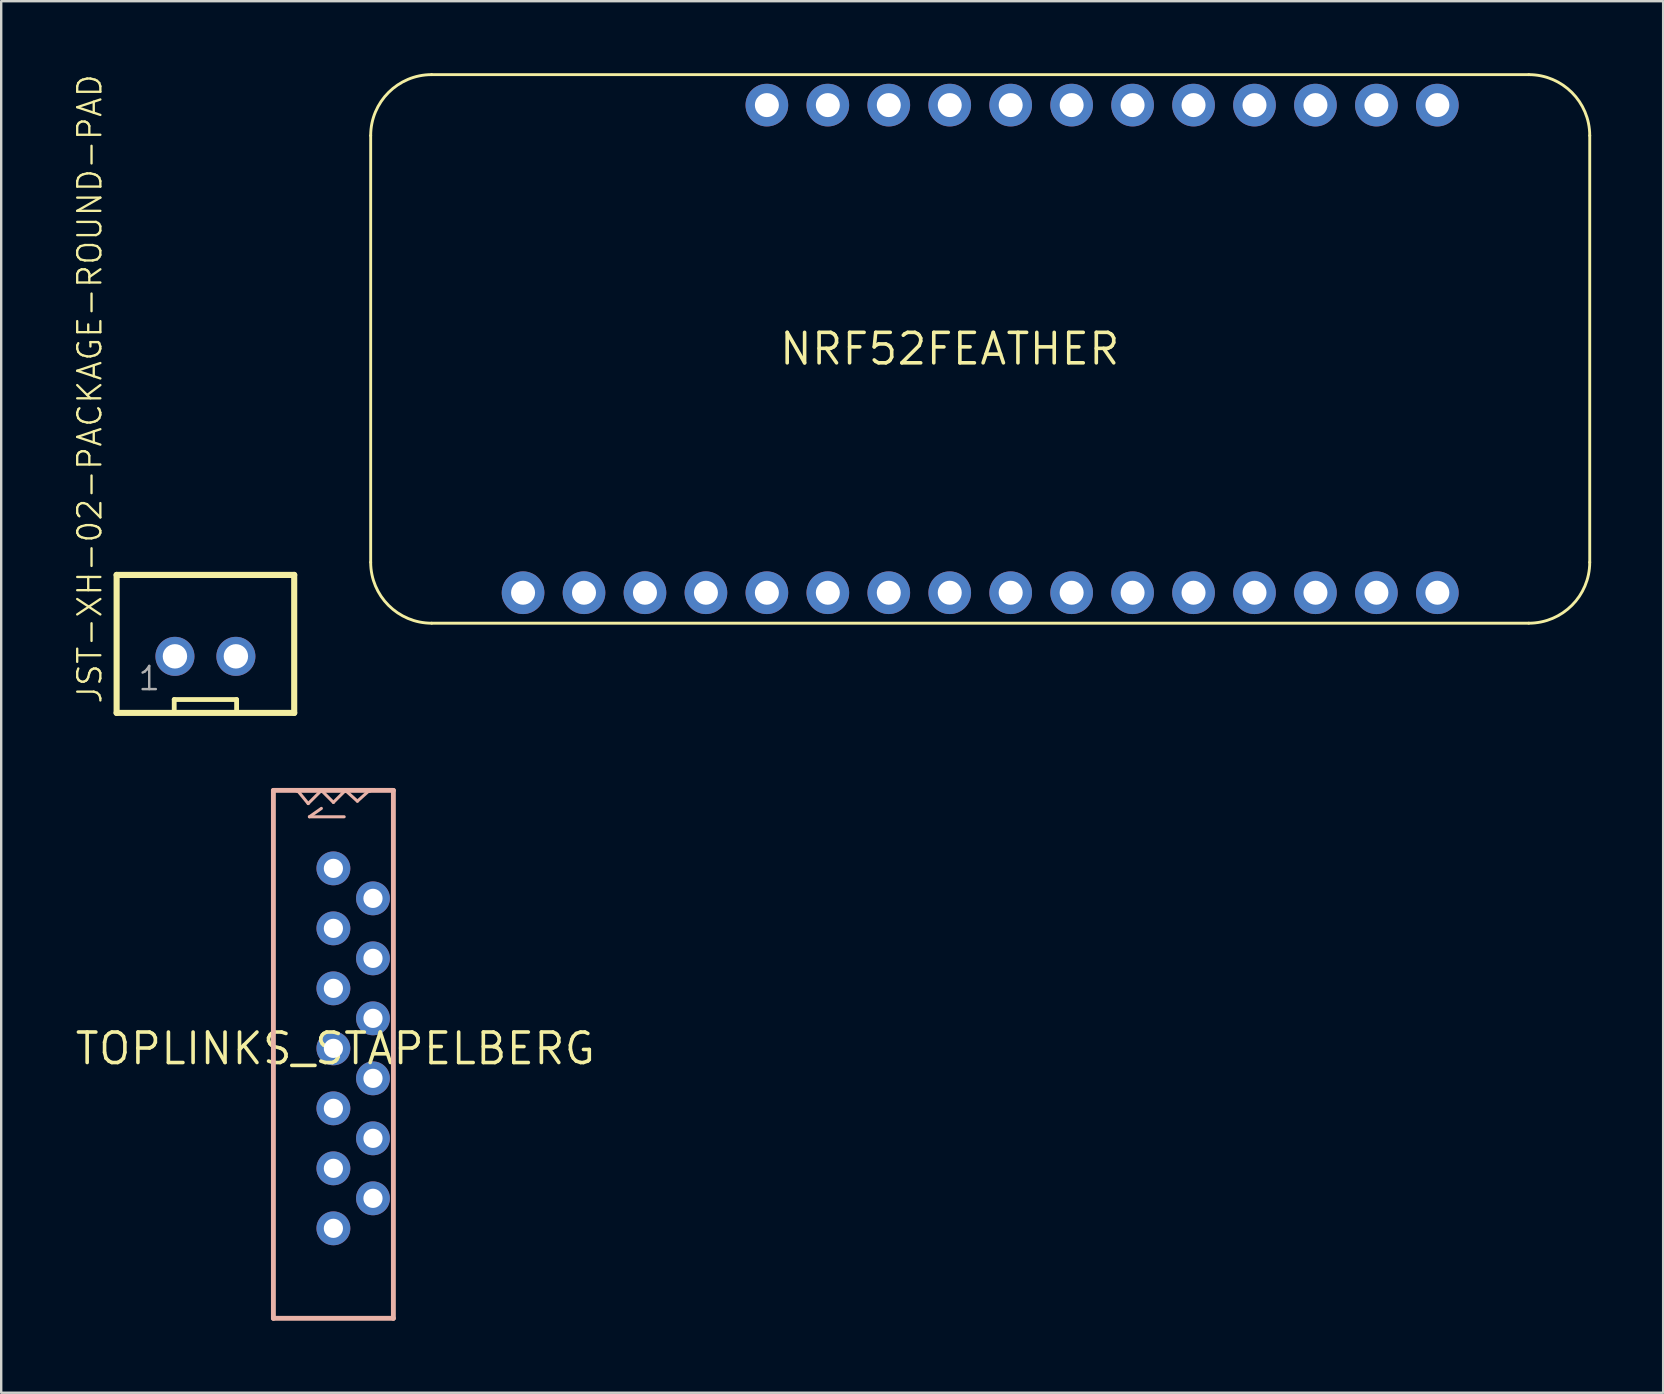
<source format=kicad_pcb>
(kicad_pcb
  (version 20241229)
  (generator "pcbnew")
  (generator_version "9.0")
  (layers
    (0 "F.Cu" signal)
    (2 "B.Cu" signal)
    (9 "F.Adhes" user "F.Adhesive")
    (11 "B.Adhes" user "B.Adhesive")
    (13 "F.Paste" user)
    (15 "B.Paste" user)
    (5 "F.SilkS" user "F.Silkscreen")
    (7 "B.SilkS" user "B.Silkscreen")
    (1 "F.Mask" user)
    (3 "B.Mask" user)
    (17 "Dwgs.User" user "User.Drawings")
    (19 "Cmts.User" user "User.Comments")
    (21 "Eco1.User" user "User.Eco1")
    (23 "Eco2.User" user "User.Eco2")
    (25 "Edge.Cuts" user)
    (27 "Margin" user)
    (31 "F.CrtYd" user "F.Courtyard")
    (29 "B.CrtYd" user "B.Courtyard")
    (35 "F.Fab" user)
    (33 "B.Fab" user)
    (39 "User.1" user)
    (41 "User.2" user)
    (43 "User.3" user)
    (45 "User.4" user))
  (footprint "TOPLINKS_STAPELBERG"
    (layer "F.Cu")
    (at 10.923 40.647)
    (property "Reference" "TOPLINKS_STAPELBERG" (at 0 0 0) (layer "F.SilkS") (effects (font (size 1.27 1.27) (thickness 0.15))))
    (attr through_hole)
    (fp_line (start -2.58 -10.76) (end -1.58 -10.76) (stroke (width 0.203) (type solid)) (layer "B.SilkS"))
    (fp_line (start -2.58 11.24) (end -2.58 -10.76) (stroke (width 0.203) (type solid)) (layer "B.SilkS"))
    (fp_line (start -1.58 -10.76) (end -0.58 -10.76) (stroke (width 0.203) (type solid)) (layer "B.SilkS"))
    (fp_line (start -1.13 -10.21) (end -1.58 -10.76) (stroke (width 0.127) (type solid)) (layer "B.SilkS"))
    (fp_line (start -1.08 -9.66) (end 0.37 -9.66) (stroke (width 0.127) (type solid)) (layer "B.SilkS"))
    (fp_line (start -0.58 -10.76) (end -1.13 -10.21) (stroke (width 0.127) (type solid)) (layer "B.SilkS"))
    (fp_line (start -0.58 -10.76) (end 0.42 -10.76) (stroke (width 0.203) (type solid)) (layer "B.SilkS"))
    (fp_line (start -0.58 -10.01) (end -1.08 -9.66) (stroke (width 0.127) (type solid)) (layer "B.SilkS"))
    (fp_line (start -0.08 -10.26) (end -0.58 -10.76) (stroke (width 0.127) (type solid)) (layer "B.SilkS"))
    (fp_line (start 0.42 -10.76) (end -0.08 -10.26) (stroke (width 0.127) (type solid)) (layer "B.SilkS"))
    (fp_line (start 0.42 -10.76) (end 1.42 -10.76) (stroke (width 0.203) (type solid)) (layer "B.SilkS"))
    (fp_line (start 0.92 -10.31) (end 0.42 -10.76) (stroke (width 0.127) (type solid)) (layer "B.SilkS"))
    (fp_line (start 1.42 -10.76) (end 0.92 -10.31) (stroke (width 0.127) (type solid)) (layer "B.SilkS"))
    (fp_line (start 1.42 -10.76) (end 2.42 -10.76) (stroke (width 0.203) (type solid)) (layer "B.SilkS"))
    (fp_line (start 2.42 -10.76) (end 2.42 11.24) (stroke (width 0.203) (type solid)) (layer "B.SilkS"))
    (fp_line (start 2.42 11.24) (end -2.58 11.24) (stroke (width 0.203) (type solid)) (layer "B.SilkS"))
    (pad "P$1" thru_hole circle (at -0.08 -7.51 270) (size 1.41 1.41) (drill 0.8) (layers "*.Cu" "*.Mask"))
    (pad "P$2" thru_hole circle (at 1.57 -6.26 270) (size 1.41 1.41) (drill 0.8) (layers "*.Cu" "*.Mask"))
    (pad "P$3" thru_hole circle (at -0.08 -5.01 270) (size 1.41 1.41) (drill 0.8) (layers "*.Cu" "*.Mask"))
    (pad "P$4" thru_hole circle (at 1.57 -3.76 270) (size 1.41 1.41) (drill 0.8) (layers "*.Cu" "*.Mask"))
    (pad "P$5" thru_hole circle (at -0.08 -2.51 270) (size 1.41 1.41) (drill 0.8) (layers "*.Cu" "*.Mask"))
    (pad "P$6" thru_hole circle (at 1.57 -1.26 270) (size 1.41 1.41) (drill 0.8) (layers "*.Cu" "*.Mask"))
    (pad "P$7" thru_hole circle (at -0.08 -0.01 270) (size 1.41 1.41) (drill 0.8) (layers "*.Cu" "*.Mask"))
    (pad "P$8" thru_hole circle (at 1.57 1.24 270) (size 1.41 1.41) (drill 0.8) (layers "*.Cu" "*.Mask"))
    (pad "P$9" thru_hole circle (at -0.08 2.49 270) (size 1.41 1.41) (drill 0.8) (layers "*.Cu" "*.Mask"))
    (pad "P$10" thru_hole circle (at 1.57 3.74 270) (size 1.41 1.41) (drill 0.8) (layers "*.Cu" "*.Mask"))
    (pad "P$11" thru_hole circle (at -0.08 4.99 270) (size 1.41 1.41) (drill 0.8) (layers "*.Cu" "*.Mask"))
    (pad "P$12" thru_hole circle (at 1.57 6.24 270) (size 1.41 1.41) (drill 0.8) (layers "*.Cu" "*.Mask"))
    (pad "P$13" thru_hole circle (at -0.08 7.49 270) (size 1.41 1.41) (drill 0.8) (layers "*.Cu" "*.Mask")))
  (footprint "JST-XH-02-PACKAGE-ROUND-PAD"
    (layer "F.Cu")
    (at 5.51 24.301)
    (property "Reference" "JST-XH-02-PACKAGE-ROUND-PAD" (at -4.255 2.04 270) (layer "F.SilkS") (effects (font (size 0.965 0.965) (thickness 0.097)) (justify left bottom)))
    (attr through_hole)
    (fp_line (start -3.7 -3.393) (end -3.7 2.357) (stroke (width 0.254) (type solid)) (layer "F.SilkS"))
    (fp_line (start -3.7 2.357) (end 3.7 2.357) (stroke (width 0.254) (type solid)) (layer "F.SilkS"))
    (fp_line (start -1.3 1.8) (end 1.3 1.8) (stroke (width 0.2) (type solid)) (layer "F.SilkS"))
    (fp_line (start -1.3 2.3) (end -1.3 1.8) (stroke (width 0.2) (type solid)) (layer "F.SilkS"))
    (fp_line (start 1.3 2.3) (end 1.3 1.8) (stroke (width 0.2) (type solid)) (layer "F.SilkS"))
    (fp_line (start 3.7 -3.393) (end -3.7 -3.393) (stroke (width 0.254) (type solid)) (layer "F.SilkS"))
    (fp_line (start 3.7 2.357) (end 3.7 -3.393) (stroke (width 0.254) (type solid)) (layer "F.SilkS"))
    (fp_text user "1" (at -2.868 1.488 0) (layer "F.Fab") (effects (font (size 0.965 0.965) (thickness 0.102)) (justify left bottom)))
    (pad "1" thru_hole circle (at -1.27 0 90) (size 1.626 1.626) (drill 1.016) (layers "*.Cu" "*.Mask"))
    (pad "2" thru_hole circle (at 1.27 0 90) (size 1.626 1.626) (drill 1.016) (layers "*.Cu" "*.Mask")))
  (footprint "NRF52FEATHER"
    (layer "F.Cu")
    (at 36.527 11.49)
    (property "Reference" "NRF52FEATHER" (at 0 0 0) (layer "F.SilkS") (effects (font (size 1.27 1.27) (thickness 0.15))))
    (attr through_hole)
    (fp_line (start -24.13 8.89) (end -24.13 -8.89) (stroke (width 0.12) (type solid)) (layer "F.SilkS"))
    (fp_line (start -21.59 11.43) (end 24.13 11.43) (stroke (width 0.12) (type solid)) (layer "F.SilkS"))
    (fp_line (start 24.13 -11.43) (end -21.59 -11.43) (stroke (width 0.12) (type solid)) (layer "F.SilkS"))
    (fp_line (start 26.67 8.89) (end 26.67 -8.89) (stroke (width 0.12) (type solid)) (layer "F.SilkS"))
    (fp_arc (start -24.13 -8.89) (mid -23.386051 -10.686051) (end -21.59 -11.43) (stroke (width 0.12) (type solid)) (layer "F.SilkS"))
    (fp_arc (start -21.59 11.43) (mid -23.386051 10.686051) (end -24.13 8.89) (stroke (width 0.12) (type solid)) (layer "F.SilkS"))
    (fp_arc (start 24.13 -11.43) (mid 25.926051 -10.686051) (end 26.67 -8.89) (stroke (width 0.12) (type solid)) (layer "F.SilkS"))
    (fp_arc (start 26.67 8.89) (mid 25.926051 10.686051) (end 24.13 11.43) (stroke (width 0.12) (type solid)) (layer "F.SilkS"))
    (pad "1" thru_hole circle (at -17.78 10.16) (size 1.778 1.778) (drill 1) (layers "*.Cu" "*.Mask"))
    (pad "2" thru_hole circle (at -15.24 10.16) (size 1.778 1.778) (drill 1) (layers "*.Cu" "*.Mask"))
    (pad "3" thru_hole circle (at -12.7 10.16) (size 1.778 1.778) (drill 1) (layers "*.Cu" "*.Mask"))
    (pad "4" thru_hole circle (at -10.16 10.16) (size 1.778 1.778) (drill 1) (layers "*.Cu" "*.Mask"))
    (pad "5" thru_hole circle (at -7.62 10.16) (size 1.778 1.778) (drill 1) (layers "*.Cu" "*.Mask"))
    (pad "6" thru_hole circle (at -5.08 10.16) (size 1.778 1.778) (drill 1) (layers "*.Cu" "*.Mask"))
    (pad "7" thru_hole circle (at -2.54 10.16) (size 1.778 1.778) (drill 1) (layers "*.Cu" "*.Mask"))
    (pad "8" thru_hole circle (at 0 10.16) (size 1.778 1.778) (drill 1) (layers "*.Cu" "*.Mask"))
    (pad "9" thru_hole circle (at 2.54 10.16) (size 1.778 1.778) (drill 1) (layers "*.Cu" "*.Mask"))
    (pad "10" thru_hole circle (at 5.08 10.16) (size 1.778 1.778) (drill 1) (layers "*.Cu" "*.Mask"))
    (pad "11" thru_hole circle (at 7.62 10.16) (size 1.778 1.778) (drill 1) (layers "*.Cu" "*.Mask"))
    (pad "12" thru_hole circle (at 10.16 10.16) (size 1.778 1.778) (drill 1) (layers "*.Cu" "*.Mask"))
    (pad "13" thru_hole circle (at 12.7 10.16) (size 1.778 1.778) (drill 1) (layers "*.Cu" "*.Mask"))
    (pad "14" thru_hole circle (at 15.24 10.16) (size 1.778 1.778) (drill 1) (layers "*.Cu" "*.Mask"))
    (pad "15" thru_hole circle (at 17.78 10.16) (size 1.778 1.778) (drill 1) (layers "*.Cu" "*.Mask"))
    (pad "16" thru_hole circle (at 20.32 10.16) (size 1.778 1.778) (drill 1) (layers "*.Cu" "*.Mask"))
    (pad "17" thru_hole circle (at 20.32 -10.16) (size 1.778 1.778) (drill 1) (layers "*.Cu" "*.Mask"))
    (pad "18" thru_hole circle (at 17.78 -10.16) (size 1.778 1.778) (drill 1) (layers "*.Cu" "*.Mask"))
    (pad "19" thru_hole circle (at 15.24 -10.16) (size 1.778 1.778) (drill 1) (layers "*.Cu" "*.Mask"))
    (pad "20" thru_hole circle (at 12.7 -10.16) (size 1.778 1.778) (drill 1) (layers "*.Cu" "*.Mask"))
    (pad "21" thru_hole circle (at 10.16 -10.16) (size 1.778 1.778) (drill 1) (layers "*.Cu" "*.Mask"))
    (pad "22" thru_hole circle (at 7.62 -10.16) (size 1.778 1.778) (drill 1) (layers "*.Cu" "*.Mask"))
    (pad "23" thru_hole circle (at 5.08 -10.16) (size 1.778 1.778) (drill 1) (layers "*.Cu" "*.Mask"))
    (pad "24" thru_hole circle (at 2.54 -10.16) (size 1.778 1.778) (drill 1) (layers "*.Cu" "*.Mask"))
    (pad "25" thru_hole circle (at 0 -10.16) (size 1.778 1.778) (drill 1) (layers "*.Cu" "*.Mask"))
    (pad "26" thru_hole circle (at -2.54 -10.16) (size 1.778 1.778) (drill 1) (layers "*.Cu" "*.Mask"))
    (pad "27" thru_hole circle (at -5.08 -10.16) (size 1.778 1.778) (drill 1) (layers "*.Cu" "*.Mask"))
    (pad "28" thru_hole circle (at -7.62 -10.16) (size 1.778 1.778) (drill 1) (layers "*.Cu" "*.Mask")))
  (gr_rect
    (start -3 -3)
    (end 66.257 54.988)
    (stroke (width 0.1) (type default))
    (fill no)
    (layer "Edge.Cuts")))
</source>
